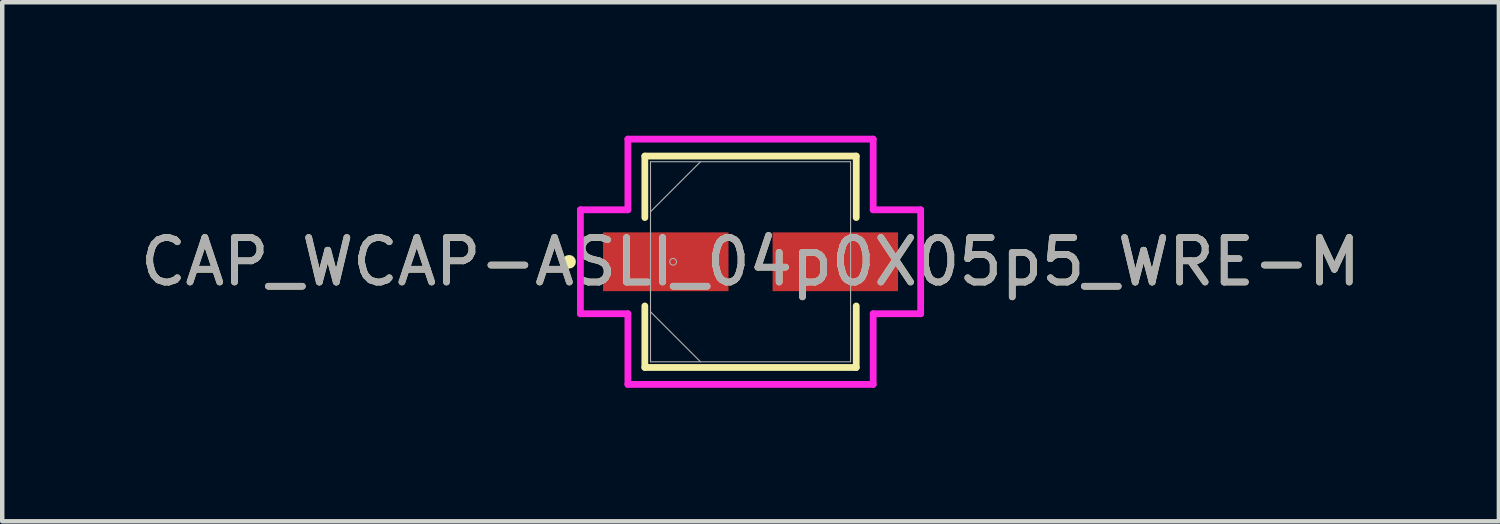
<source format=kicad_pcb>
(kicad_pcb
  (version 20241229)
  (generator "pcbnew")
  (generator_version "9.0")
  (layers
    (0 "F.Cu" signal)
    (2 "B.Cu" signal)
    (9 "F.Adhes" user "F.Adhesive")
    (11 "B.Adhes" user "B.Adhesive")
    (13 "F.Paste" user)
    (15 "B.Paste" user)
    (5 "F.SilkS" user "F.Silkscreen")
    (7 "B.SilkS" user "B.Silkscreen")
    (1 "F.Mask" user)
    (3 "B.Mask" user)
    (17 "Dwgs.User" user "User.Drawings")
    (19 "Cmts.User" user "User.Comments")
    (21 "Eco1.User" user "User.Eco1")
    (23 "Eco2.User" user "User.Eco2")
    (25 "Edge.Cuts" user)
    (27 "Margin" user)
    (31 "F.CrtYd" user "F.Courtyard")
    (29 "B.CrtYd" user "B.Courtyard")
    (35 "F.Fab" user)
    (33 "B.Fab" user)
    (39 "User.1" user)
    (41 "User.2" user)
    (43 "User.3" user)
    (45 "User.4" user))
  (footprint "CAP_WCAP-ASLI_04p0X05p5_WRE-M"
    (layer "F.Cu")
    (at 13.815 2.832)
    (property "Reference" "CAP_WCAP-ASLI_04p0X05p5_WRE-M" (at 0 0 0) (unlocked yes) (layer "F.SilkS") (effects (font (size 1 1) (thickness 0.15))))
    (attr smd)
    (fp_line (start -2.375 -2.375) (end -2.375 -0.993) (stroke (width 0.152) (type solid)) (layer "F.SilkS"))
    (fp_line (start -2.375 0.993) (end -2.375 2.375) (stroke (width 0.152) (type solid)) (layer "F.SilkS"))
    (fp_line (start -2.375 2.375) (end 2.375 2.375) (stroke (width 0.152) (type solid)) (layer "F.SilkS"))
    (fp_line (start 2.375 -2.375) (end -2.375 -2.375) (stroke (width 0.152) (type solid)) (layer "F.SilkS"))
    (fp_line (start 2.375 -0.993) (end 2.375 -2.375) (stroke (width 0.152) (type solid)) (layer "F.SilkS"))
    (fp_line (start 2.375 2.375) (end 2.375 0.993) (stroke (width 0.152) (type solid)) (layer "F.SilkS"))
    (fp_circle (center -4.077 0) (end -4 0) (stroke (width 0.152) (type solid)) (fill no) (layer "F.SilkS"))
    (fp_line (start -3.823 -1.168) (end -2.756 -1.168) (stroke (width 0.152) (type solid)) (layer "F.CrtYd"))
    (fp_line (start -3.823 1.168) (end -3.823 -1.168) (stroke (width 0.152) (type solid)) (layer "F.CrtYd"))
    (fp_line (start -2.756 -2.756) (end 2.756 -2.756) (stroke (width 0.152) (type solid)) (layer "F.CrtYd"))
    (fp_line (start -2.756 -1.168) (end -2.756 -2.756) (stroke (width 0.152) (type solid)) (layer "F.CrtYd"))
    (fp_line (start -2.756 1.168) (end -3.823 1.168) (stroke (width 0.152) (type solid)) (layer "F.CrtYd"))
    (fp_line (start -2.756 2.756) (end -2.756 1.168) (stroke (width 0.152) (type solid)) (layer "F.CrtYd"))
    (fp_line (start 2.756 -2.756) (end 2.756 -1.168) (stroke (width 0.152) (type solid)) (layer "F.CrtYd"))
    (fp_line (start 2.756 -1.168) (end 3.823 -1.168) (stroke (width 0.152) (type solid)) (layer "F.CrtYd"))
    (fp_line (start 2.756 1.168) (end 2.756 2.756) (stroke (width 0.152) (type solid)) (layer "F.CrtYd"))
    (fp_line (start 2.756 2.756) (end -2.756 2.756) (stroke (width 0.152) (type solid)) (layer "F.CrtYd"))
    (fp_line (start 3.823 -1.168) (end 3.823 1.168) (stroke (width 0.152) (type solid)) (layer "F.CrtYd"))
    (fp_line (start 3.823 1.168) (end 2.756 1.168) (stroke (width 0.152) (type solid)) (layer "F.CrtYd"))
    (fp_line (start -2.248 -2.248) (end -2.248 2.248) (stroke (width 0.025) (type solid)) (layer "F.Fab"))
    (fp_line (start -2.248 -1.124) (end -1.124 -2.248) (stroke (width 0.025) (type solid)) (layer "F.Fab"))
    (fp_line (start -2.248 1.124) (end -1.124 2.248) (stroke (width 0.025) (type solid)) (layer "F.Fab"))
    (fp_line (start -2.248 2.248) (end 2.248 2.248) (stroke (width 0.025) (type solid)) (layer "F.Fab"))
    (fp_line (start 2.248 -2.248) (end -2.248 -2.248) (stroke (width 0.025) (type solid)) (layer "F.Fab"))
    (fp_line (start 2.248 2.248) (end 2.248 -2.248) (stroke (width 0.025) (type solid)) (layer "F.Fab"))
    (fp_circle (center -1.74 0) (end -1.664 0) (stroke (width 0.025) (type solid)) (fill no) (layer "F.Fab"))
    (fp_text user "${REFERENCE}" (at 0 0 0) (unlocked yes) (layer "F.Fab") (effects (font (size 1 1) (thickness 0.15))))
    (pad "1" smd rect (at -1.905 0) (size 2.819 1.321) (layers "F.Cu" "F.Mask" "F.Paste"))
    (pad "2" smd rect (at 1.905 0) (size 2.819 1.321) (layers "F.Cu" "F.Mask" "F.Paste"))
    (zone (net_name "") (layer "F.Cu") (hatch full 0.508) (connect_pads) (min_thickness 0.254) (filled_areas_thickness no) (keepout (tracks not_allowed) (vias not_allowed) (pads allowed) (copperpour not_allowed) (footprints allowed)) (placement (enabled no)) (fill) (polygon (pts (xy 11.618 0.635) (xy 16.013 0.635) (xy 16.013 2.121) (xy 11.618 2.121))))
    (zone (net_name "") (layer "F.Cu") (hatch full 0.508) (connect_pads) (min_thickness 0.254) (filled_areas_thickness no) (keepout (tracks not_allowed) (vias not_allowed) (pads allowed) (copperpour not_allowed) (footprints allowed)) (placement (enabled no)) (fill) (polygon (pts (xy 11.618 3.543) (xy 16.013 3.543) (xy 16.013 5.029) (xy 11.618 5.029))))
    (zone (net_name "") (layer "F.Cu") (hatch full 0.508) (connect_pads) (min_thickness 0.254) (filled_areas_thickness no) (keepout (tracks not_allowed) (vias not_allowed) (pads allowed) (copperpour not_allowed) (footprints allowed)) (placement (enabled no)) (fill) (polygon (pts (xy 13.371 2.121) (xy 14.26 2.121) (xy 14.26 3.543) (xy 13.371 3.543)))))
  (gr_rect
    (start -3 -3)
    (end 30.631 8.664)
    (stroke (width 0.1) (type default))
    (fill no)
    (layer "Edge.Cuts")))
</source>
